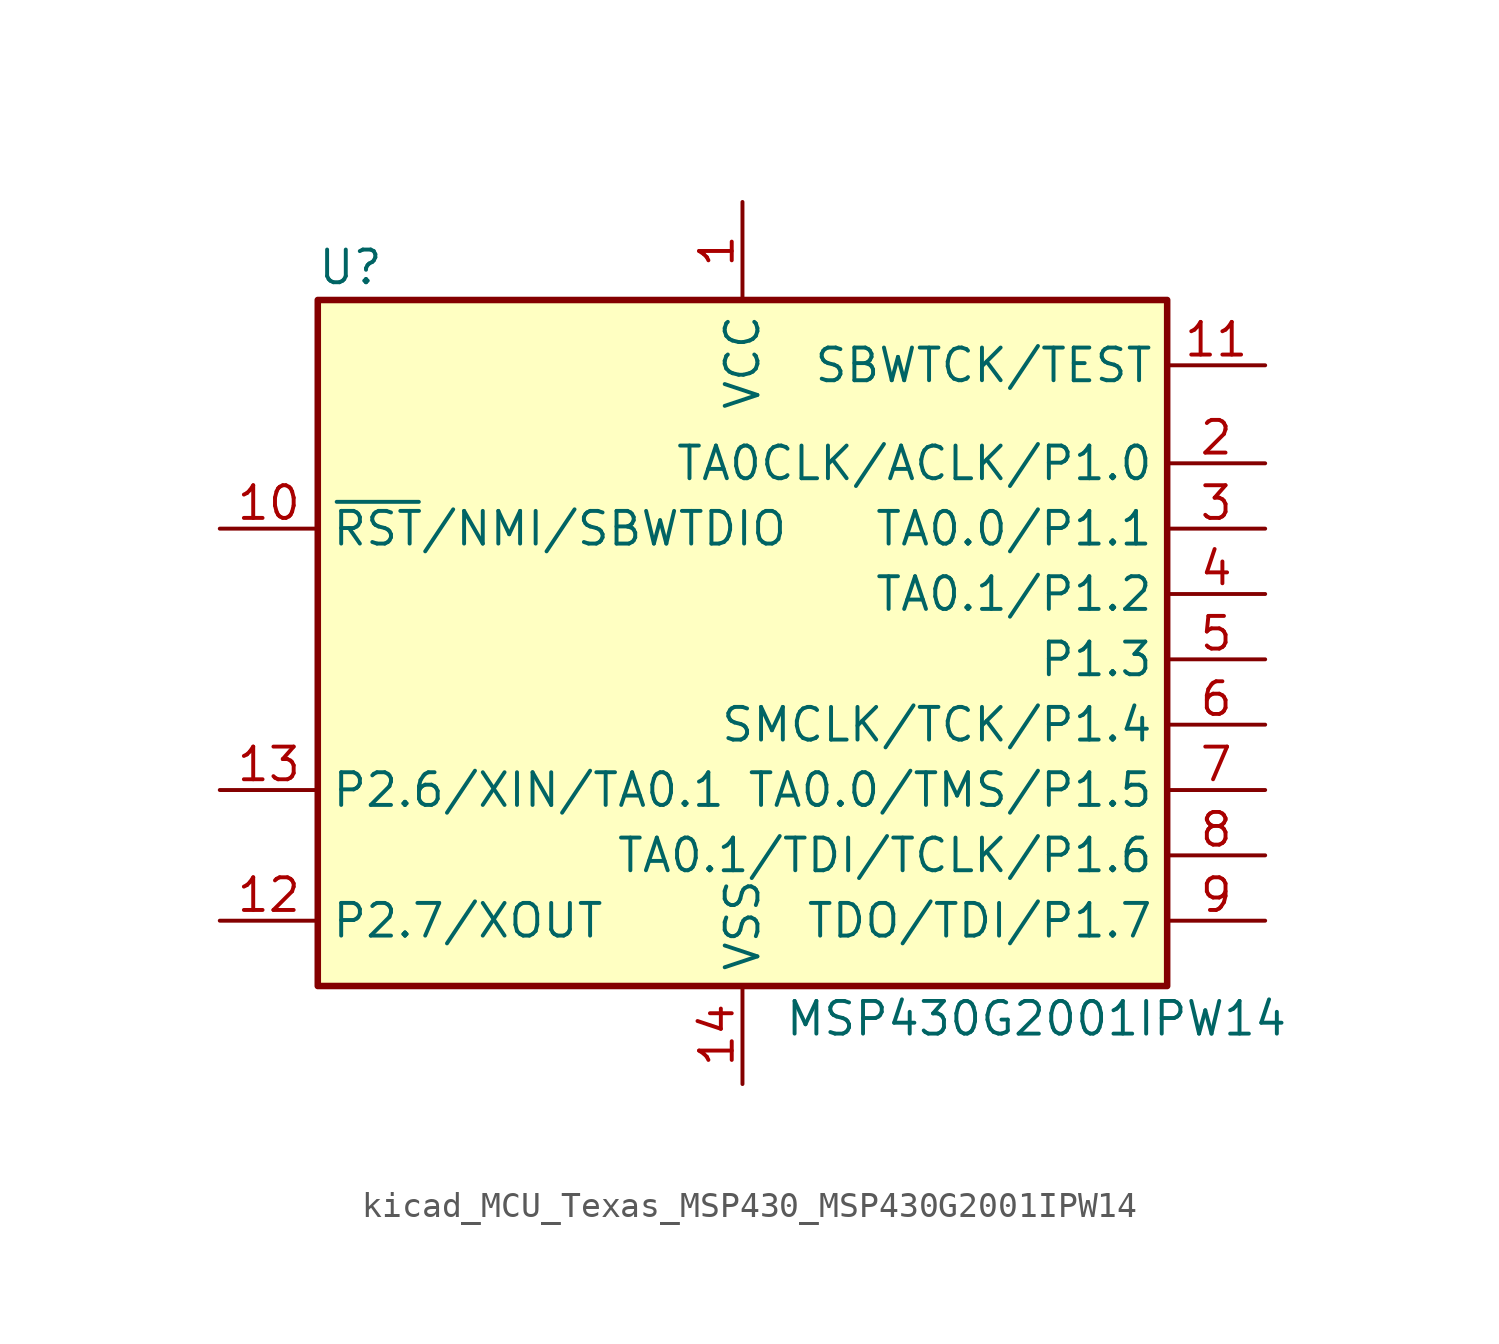
<source format=kicad_sym>
(kicad_symbol_lib
  (version 20220914)
  (generator kicad_symbol_editor)
  (symbol "kicad_MCU_Texas_MSP430_MSP430G2001IPW14"
    (property "Reference" "U"
      (at -15.24 15.24 0)
      (effects (font (size 1.27 1.27))))
    (property "Value" "MSP430G2001IPW14"
      (at 11.43 -13.97 0)
      (effects (font (size 1.27 1.27))))
    (symbol "kicad_MCU_Texas_MSP430_MSP430G2001IPW14_0_1"
      (rectangle (start -16.51 13.97) (end 16.51 -12.7) (stroke (width 0.254) (type default)) (fill (type background))))
    (symbol "kicad_MCU_Texas_MSP430_MSP430G2001IPW14_1_1"
      (pin power_in line (at 0 17.78 270) (length 3.81) (name "VCC" (effects (font (size 1.27 1.27)))) (number "1" (effects (font (size 1.27 1.27)))))
      (pin input line (at -20.32 5.08 0) (length 3.81) (name "~{RST}/NMI/SBWTDIO" (effects (font (size 1.27 1.27)))) (number "10" (effects (font (size 1.27 1.27)))))
      (pin input line (at 20.32 11.43 180) (length 3.81) (name "SBWTCK/TEST" (effects (font (size 1.27 1.27)))) (number "11" (effects (font (size 1.27 1.27)))))
      (pin bidirectional line (at -20.32 -10.16 0) (length 3.81) (name "P2.7/XOUT" (effects (font (size 1.27 1.27)))) (number "12" (effects (font (size 1.27 1.27)))))
      (pin bidirectional line (at -20.32 -5.08 0) (length 3.81) (name "P2.6/XIN/TA0.1" (effects (font (size 1.27 1.27)))) (number "13" (effects (font (size 1.27 1.27)))))
      (pin power_in line (at 0 -16.51 90) (length 3.81) (name "VSS" (effects (font (size 1.27 1.27)))) (number "14" (effects (font (size 1.27 1.27)))))
      (pin bidirectional line (at 20.32 7.62 180) (length 3.81) (name "TA0CLK/ACLK/P1.0" (effects (font (size 1.27 1.27)))) (number "2" (effects (font (size 1.27 1.27)))))
      (pin bidirectional line (at 20.32 5.08 180) (length 3.81) (name "TA0.0/P1.1" (effects (font (size 1.27 1.27)))) (number "3" (effects (font (size 1.27 1.27)))))
      (pin bidirectional line (at 20.32 2.54 180) (length 3.81) (name "TA0.1/P1.2" (effects (font (size 1.27 1.27)))) (number "4" (effects (font (size 1.27 1.27)))))
      (pin bidirectional line (at 20.32 0 180) (length 3.81) (name "P1.3" (effects (font (size 1.27 1.27)))) (number "5" (effects (font (size 1.27 1.27)))))
      (pin bidirectional line (at 20.32 -2.54 180) (length 3.81) (name "SMCLK/TCK/P1.4" (effects (font (size 1.27 1.27)))) (number "6" (effects (font (size 1.27 1.27)))))
      (pin bidirectional line (at 20.32 -5.08 180) (length 3.81) (name "TA0.0/TMS/P1.5" (effects (font (size 1.27 1.27)))) (number "7" (effects (font (size 1.27 1.27)))))
      (pin bidirectional line (at 20.32 -7.62 180) (length 3.81) (name "TA0.1/TDI/TCLK/P1.6" (effects (font (size 1.27 1.27)))) (number "8" (effects (font (size 1.27 1.27)))))
      (pin bidirectional line (at 20.32 -10.16 180) (length 3.81) (name "TDO/TDI/P1.7" (effects (font (size 1.27 1.27)))) (number "9" (effects (font (size 1.27 1.27))))))))
</source>
